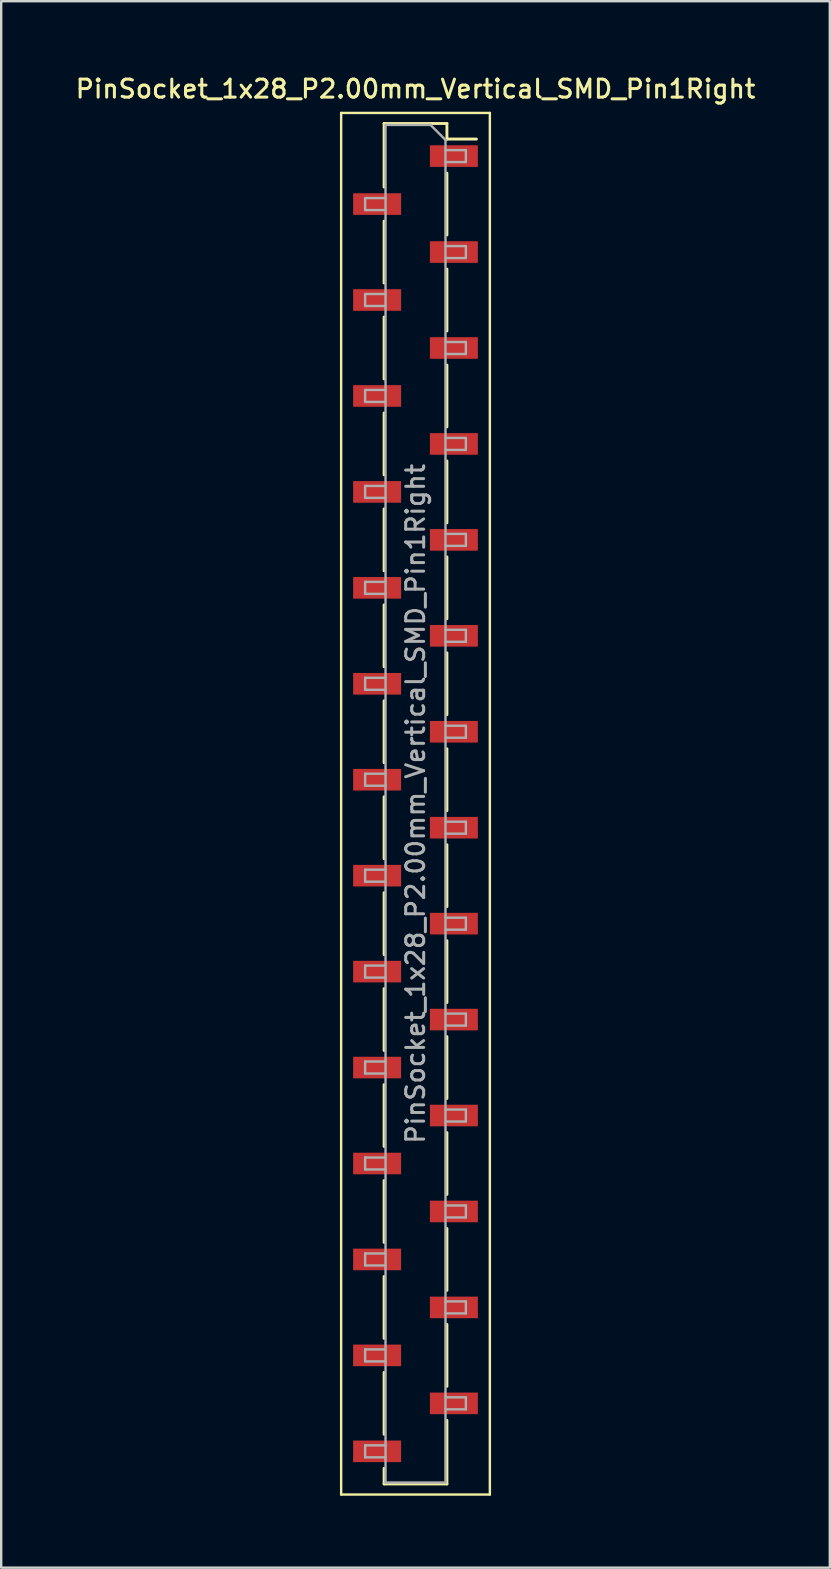
<source format=kicad_pcb>
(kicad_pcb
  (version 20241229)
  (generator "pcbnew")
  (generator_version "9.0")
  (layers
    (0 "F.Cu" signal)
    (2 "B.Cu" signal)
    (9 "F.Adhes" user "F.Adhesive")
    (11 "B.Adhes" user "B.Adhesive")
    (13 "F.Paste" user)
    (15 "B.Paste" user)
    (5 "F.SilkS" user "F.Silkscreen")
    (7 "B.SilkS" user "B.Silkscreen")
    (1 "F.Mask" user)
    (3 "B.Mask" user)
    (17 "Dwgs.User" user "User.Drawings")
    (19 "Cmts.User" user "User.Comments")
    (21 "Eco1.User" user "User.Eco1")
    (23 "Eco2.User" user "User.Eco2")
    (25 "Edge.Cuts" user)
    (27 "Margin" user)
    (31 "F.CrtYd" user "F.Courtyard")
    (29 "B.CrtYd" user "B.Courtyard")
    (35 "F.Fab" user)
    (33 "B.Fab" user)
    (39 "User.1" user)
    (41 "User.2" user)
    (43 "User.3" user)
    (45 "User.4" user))
  (footprint "PinSocket_1x28_P2.00mm_Vertical_SMD_Pin1Right"
    (layer "F.Cu")
    (at 14.273 30.458)
    (property "Reference" "PinSocket_1x28_P2.00mm_Vertical_SMD_Pin1Right" (at 0 -29.8 0) (layer "F.SilkS") (effects (font (size 0.75 0.75) (thickness 0.125))))
    (attr smd)
    (fp_line (start -3.1 -28.8) (end 3.1 -28.8) (stroke (width 0.1) (type solid)) (layer "F.SilkS"))
    (fp_line (start -3.1 28.8) (end -3.1 -28.8) (stroke (width 0.1) (type solid)) (layer "F.SilkS"))
    (fp_line (start -1.31 -28.36) (end -1.31 -25.71) (stroke (width 0.12) (type solid)) (layer "F.SilkS"))
    (fp_line (start -1.31 -28.36) (end 1.31 -28.36) (stroke (width 0.12) (type solid)) (layer "F.SilkS"))
    (fp_line (start -1.31 -24.29) (end -1.31 -21.71) (stroke (width 0.12) (type solid)) (layer "F.SilkS"))
    (fp_line (start -1.31 -20.29) (end -1.31 -17.71) (stroke (width 0.12) (type solid)) (layer "F.SilkS"))
    (fp_line (start -1.31 -16.29) (end -1.31 -13.71) (stroke (width 0.12) (type solid)) (layer "F.SilkS"))
    (fp_line (start -1.31 -12.29) (end -1.31 -9.71) (stroke (width 0.12) (type solid)) (layer "F.SilkS"))
    (fp_line (start -1.31 -8.29) (end -1.31 -5.71) (stroke (width 0.12) (type solid)) (layer "F.SilkS"))
    (fp_line (start -1.31 -4.29) (end -1.31 -1.71) (stroke (width 0.12) (type solid)) (layer "F.SilkS"))
    (fp_line (start -1.31 -0.29) (end -1.31 2.29) (stroke (width 0.12) (type solid)) (layer "F.SilkS"))
    (fp_line (start -1.31 3.71) (end -1.31 6.29) (stroke (width 0.12) (type solid)) (layer "F.SilkS"))
    (fp_line (start -1.31 7.71) (end -1.31 10.29) (stroke (width 0.12) (type solid)) (layer "F.SilkS"))
    (fp_line (start -1.31 11.71) (end -1.31 14.29) (stroke (width 0.12) (type solid)) (layer "F.SilkS"))
    (fp_line (start -1.31 15.71) (end -1.31 18.29) (stroke (width 0.12) (type solid)) (layer "F.SilkS"))
    (fp_line (start -1.31 19.71) (end -1.31 22.29) (stroke (width 0.12) (type solid)) (layer "F.SilkS"))
    (fp_line (start -1.31 23.71) (end -1.31 26.29) (stroke (width 0.12) (type solid)) (layer "F.SilkS"))
    (fp_line (start -1.31 27.71) (end -1.31 28.36) (stroke (width 0.12) (type solid)) (layer "F.SilkS"))
    (fp_line (start -1.31 28.36) (end 1.31 28.36) (stroke (width 0.12) (type solid)) (layer "F.SilkS"))
    (fp_line (start 1.31 -28.36) (end 1.31 -27.71) (stroke (width 0.12) (type solid)) (layer "F.SilkS"))
    (fp_line (start 1.31 -27.71) (end 2.54 -27.71) (stroke (width 0.12) (type solid)) (layer "F.SilkS"))
    (fp_line (start 1.31 -26.29) (end 1.31 -23.71) (stroke (width 0.12) (type solid)) (layer "F.SilkS"))
    (fp_line (start 1.31 -22.29) (end 1.31 -19.71) (stroke (width 0.12) (type solid)) (layer "F.SilkS"))
    (fp_line (start 1.31 -18.29) (end 1.31 -15.71) (stroke (width 0.12) (type solid)) (layer "F.SilkS"))
    (fp_line (start 1.31 -14.29) (end 1.31 -11.71) (stroke (width 0.12) (type solid)) (layer "F.SilkS"))
    (fp_line (start 1.31 -10.29) (end 1.31 -7.71) (stroke (width 0.12) (type solid)) (layer "F.SilkS"))
    (fp_line (start 1.31 -6.29) (end 1.31 -3.71) (stroke (width 0.12) (type solid)) (layer "F.SilkS"))
    (fp_line (start 1.31 -2.29) (end 1.31 0.29) (stroke (width 0.12) (type solid)) (layer "F.SilkS"))
    (fp_line (start 1.31 1.71) (end 1.31 4.29) (stroke (width 0.12) (type solid)) (layer "F.SilkS"))
    (fp_line (start 1.31 5.71) (end 1.31 8.29) (stroke (width 0.12) (type solid)) (layer "F.SilkS"))
    (fp_line (start 1.31 9.71) (end 1.31 12.29) (stroke (width 0.12) (type solid)) (layer "F.SilkS"))
    (fp_line (start 1.31 13.71) (end 1.31 16.29) (stroke (width 0.12) (type solid)) (layer "F.SilkS"))
    (fp_line (start 1.31 17.71) (end 1.31 20.29) (stroke (width 0.12) (type solid)) (layer "F.SilkS"))
    (fp_line (start 1.31 21.71) (end 1.31 24.29) (stroke (width 0.12) (type solid)) (layer "F.SilkS"))
    (fp_line (start 1.31 25.71) (end 1.31 28.36) (stroke (width 0.12) (type solid)) (layer "F.SilkS"))
    (fp_line (start 3.1 -28.8) (end 3.1 28.8) (stroke (width 0.1) (type solid)) (layer "F.SilkS"))
    (fp_line (start 3.1 28.8) (end -3.1 28.8) (stroke (width 0.1) (type solid)) (layer "F.SilkS"))
    (fp_line (start -2.1 -25.25) (end -1.25 -25.25) (stroke (width 0.1) (type solid)) (layer "F.Fab"))
    (fp_line (start -2.1 -24.75) (end -2.1 -25.25) (stroke (width 0.1) (type solid)) (layer "F.Fab"))
    (fp_line (start -2.1 -21.25) (end -1.25 -21.25) (stroke (width 0.1) (type solid)) (layer "F.Fab"))
    (fp_line (start -2.1 -20.75) (end -2.1 -21.25) (stroke (width 0.1) (type solid)) (layer "F.Fab"))
    (fp_line (start -2.1 -17.25) (end -1.25 -17.25) (stroke (width 0.1) (type solid)) (layer "F.Fab"))
    (fp_line (start -2.1 -16.75) (end -2.1 -17.25) (stroke (width 0.1) (type solid)) (layer "F.Fab"))
    (fp_line (start -2.1 -13.25) (end -1.25 -13.25) (stroke (width 0.1) (type solid)) (layer "F.Fab"))
    (fp_line (start -2.1 -12.75) (end -2.1 -13.25) (stroke (width 0.1) (type solid)) (layer "F.Fab"))
    (fp_line (start -2.1 -9.25) (end -1.25 -9.25) (stroke (width 0.1) (type solid)) (layer "F.Fab"))
    (fp_line (start -2.1 -8.75) (end -2.1 -9.25) (stroke (width 0.1) (type solid)) (layer "F.Fab"))
    (fp_line (start -2.1 -5.25) (end -1.25 -5.25) (stroke (width 0.1) (type solid)) (layer "F.Fab"))
    (fp_line (start -2.1 -4.75) (end -2.1 -5.25) (stroke (width 0.1) (type solid)) (layer "F.Fab"))
    (fp_line (start -2.1 -1.25) (end -1.25 -1.25) (stroke (width 0.1) (type solid)) (layer "F.Fab"))
    (fp_line (start -2.1 -0.75) (end -2.1 -1.25) (stroke (width 0.1) (type solid)) (layer "F.Fab"))
    (fp_line (start -2.1 2.75) (end -1.25 2.75) (stroke (width 0.1) (type solid)) (layer "F.Fab"))
    (fp_line (start -2.1 3.25) (end -2.1 2.75) (stroke (width 0.1) (type solid)) (layer "F.Fab"))
    (fp_line (start -2.1 6.75) (end -1.25 6.75) (stroke (width 0.1) (type solid)) (layer "F.Fab"))
    (fp_line (start -2.1 7.25) (end -2.1 6.75) (stroke (width 0.1) (type solid)) (layer "F.Fab"))
    (fp_line (start -2.1 10.75) (end -1.25 10.75) (stroke (width 0.1) (type solid)) (layer "F.Fab"))
    (fp_line (start -2.1 11.25) (end -2.1 10.75) (stroke (width 0.1) (type solid)) (layer "F.Fab"))
    (fp_line (start -2.1 14.75) (end -1.25 14.75) (stroke (width 0.1) (type solid)) (layer "F.Fab"))
    (fp_line (start -2.1 15.25) (end -2.1 14.75) (stroke (width 0.1) (type solid)) (layer "F.Fab"))
    (fp_line (start -2.1 18.75) (end -1.25 18.75) (stroke (width 0.1) (type solid)) (layer "F.Fab"))
    (fp_line (start -2.1 19.25) (end -2.1 18.75) (stroke (width 0.1) (type solid)) (layer "F.Fab"))
    (fp_line (start -2.1 22.75) (end -1.25 22.75) (stroke (width 0.1) (type solid)) (layer "F.Fab"))
    (fp_line (start -2.1 23.25) (end -2.1 22.75) (stroke (width 0.1) (type solid)) (layer "F.Fab"))
    (fp_line (start -2.1 26.75) (end -1.25 26.75) (stroke (width 0.1) (type solid)) (layer "F.Fab"))
    (fp_line (start -2.1 27.25) (end -2.1 26.75) (stroke (width 0.1) (type solid)) (layer "F.Fab"))
    (fp_line (start -1.25 -28.3) (end 0.625 -28.3) (stroke (width 0.1) (type solid)) (layer "F.Fab"))
    (fp_line (start -1.25 -24.75) (end -2.1 -24.75) (stroke (width 0.1) (type solid)) (layer "F.Fab"))
    (fp_line (start -1.25 -20.75) (end -2.1 -20.75) (stroke (width 0.1) (type solid)) (layer "F.Fab"))
    (fp_line (start -1.25 -16.75) (end -2.1 -16.75) (stroke (width 0.1) (type solid)) (layer "F.Fab"))
    (fp_line (start -1.25 -12.75) (end -2.1 -12.75) (stroke (width 0.1) (type solid)) (layer "F.Fab"))
    (fp_line (start -1.25 -8.75) (end -2.1 -8.75) (stroke (width 0.1) (type solid)) (layer "F.Fab"))
    (fp_line (start -1.25 -4.75) (end -2.1 -4.75) (stroke (width 0.1) (type solid)) (layer "F.Fab"))
    (fp_line (start -1.25 -0.75) (end -2.1 -0.75) (stroke (width 0.1) (type solid)) (layer "F.Fab"))
    (fp_line (start -1.25 3.25) (end -2.1 3.25) (stroke (width 0.1) (type solid)) (layer "F.Fab"))
    (fp_line (start -1.25 7.25) (end -2.1 7.25) (stroke (width 0.1) (type solid)) (layer "F.Fab"))
    (fp_line (start -1.25 11.25) (end -2.1 11.25) (stroke (width 0.1) (type solid)) (layer "F.Fab"))
    (fp_line (start -1.25 15.25) (end -2.1 15.25) (stroke (width 0.1) (type solid)) (layer "F.Fab"))
    (fp_line (start -1.25 19.25) (end -2.1 19.25) (stroke (width 0.1) (type solid)) (layer "F.Fab"))
    (fp_line (start -1.25 23.25) (end -2.1 23.25) (stroke (width 0.1) (type solid)) (layer "F.Fab"))
    (fp_line (start -1.25 27.25) (end -2.1 27.25) (stroke (width 0.1) (type solid)) (layer "F.Fab"))
    (fp_line (start -1.25 28.3) (end -1.25 -28.3) (stroke (width 0.1) (type solid)) (layer "F.Fab"))
    (fp_line (start 0.625 -28.3) (end 1.25 -27.675) (stroke (width 0.1) (type solid)) (layer "F.Fab"))
    (fp_line (start 1.25 -27.675) (end 1.25 28.3) (stroke (width 0.1) (type solid)) (layer "F.Fab"))
    (fp_line (start 1.25 -27.25) (end 2.1 -27.25) (stroke (width 0.1) (type solid)) (layer "F.Fab"))
    (fp_line (start 1.25 -23.25) (end 2.1 -23.25) (stroke (width 0.1) (type solid)) (layer "F.Fab"))
    (fp_line (start 1.25 -19.25) (end 2.1 -19.25) (stroke (width 0.1) (type solid)) (layer "F.Fab"))
    (fp_line (start 1.25 -15.25) (end 2.1 -15.25) (stroke (width 0.1) (type solid)) (layer "F.Fab"))
    (fp_line (start 1.25 -11.25) (end 2.1 -11.25) (stroke (width 0.1) (type solid)) (layer "F.Fab"))
    (fp_line (start 1.25 -7.25) (end 2.1 -7.25) (stroke (width 0.1) (type solid)) (layer "F.Fab"))
    (fp_line (start 1.25 -3.25) (end 2.1 -3.25) (stroke (width 0.1) (type solid)) (layer "F.Fab"))
    (fp_line (start 1.25 0.75) (end 2.1 0.75) (stroke (width 0.1) (type solid)) (layer "F.Fab"))
    (fp_line (start 1.25 4.75) (end 2.1 4.75) (stroke (width 0.1) (type solid)) (layer "F.Fab"))
    (fp_line (start 1.25 8.75) (end 2.1 8.75) (stroke (width 0.1) (type solid)) (layer "F.Fab"))
    (fp_line (start 1.25 12.75) (end 2.1 12.75) (stroke (width 0.1) (type solid)) (layer "F.Fab"))
    (fp_line (start 1.25 16.75) (end 2.1 16.75) (stroke (width 0.1) (type solid)) (layer "F.Fab"))
    (fp_line (start 1.25 20.75) (end 2.1 20.75) (stroke (width 0.1) (type solid)) (layer "F.Fab"))
    (fp_line (start 1.25 24.75) (end 2.1 24.75) (stroke (width 0.1) (type solid)) (layer "F.Fab"))
    (fp_line (start 1.25 28.3) (end -1.25 28.3) (stroke (width 0.1) (type solid)) (layer "F.Fab"))
    (fp_line (start 2.1 -27.25) (end 2.1 -26.75) (stroke (width 0.1) (type solid)) (layer "F.Fab"))
    (fp_line (start 2.1 -26.75) (end 1.25 -26.75) (stroke (width 0.1) (type solid)) (layer "F.Fab"))
    (fp_line (start 2.1 -23.25) (end 2.1 -22.75) (stroke (width 0.1) (type solid)) (layer "F.Fab"))
    (fp_line (start 2.1 -22.75) (end 1.25 -22.75) (stroke (width 0.1) (type solid)) (layer "F.Fab"))
    (fp_line (start 2.1 -19.25) (end 2.1 -18.75) (stroke (width 0.1) (type solid)) (layer "F.Fab"))
    (fp_line (start 2.1 -18.75) (end 1.25 -18.75) (stroke (width 0.1) (type solid)) (layer "F.Fab"))
    (fp_line (start 2.1 -15.25) (end 2.1 -14.75) (stroke (width 0.1) (type solid)) (layer "F.Fab"))
    (fp_line (start 2.1 -14.75) (end 1.25 -14.75) (stroke (width 0.1) (type solid)) (layer "F.Fab"))
    (fp_line (start 2.1 -11.25) (end 2.1 -10.75) (stroke (width 0.1) (type solid)) (layer "F.Fab"))
    (fp_line (start 2.1 -10.75) (end 1.25 -10.75) (stroke (width 0.1) (type solid)) (layer "F.Fab"))
    (fp_line (start 2.1 -7.25) (end 2.1 -6.75) (stroke (width 0.1) (type solid)) (layer "F.Fab"))
    (fp_line (start 2.1 -6.75) (end 1.25 -6.75) (stroke (width 0.1) (type solid)) (layer "F.Fab"))
    (fp_line (start 2.1 -3.25) (end 2.1 -2.75) (stroke (width 0.1) (type solid)) (layer "F.Fab"))
    (fp_line (start 2.1 -2.75) (end 1.25 -2.75) (stroke (width 0.1) (type solid)) (layer "F.Fab"))
    (fp_line (start 2.1 0.75) (end 2.1 1.25) (stroke (width 0.1) (type solid)) (layer "F.Fab"))
    (fp_line (start 2.1 1.25) (end 1.25 1.25) (stroke (width 0.1) (type solid)) (layer "F.Fab"))
    (fp_line (start 2.1 4.75) (end 2.1 5.25) (stroke (width 0.1) (type solid)) (layer "F.Fab"))
    (fp_line (start 2.1 5.25) (end 1.25 5.25) (stroke (width 0.1) (type solid)) (layer "F.Fab"))
    (fp_line (start 2.1 8.75) (end 2.1 9.25) (stroke (width 0.1) (type solid)) (layer "F.Fab"))
    (fp_line (start 2.1 9.25) (end 1.25 9.25) (stroke (width 0.1) (type solid)) (layer "F.Fab"))
    (fp_line (start 2.1 12.75) (end 2.1 13.25) (stroke (width 0.1) (type solid)) (layer "F.Fab"))
    (fp_line (start 2.1 13.25) (end 1.25 13.25) (stroke (width 0.1) (type solid)) (layer "F.Fab"))
    (fp_line (start 2.1 16.75) (end 2.1 17.25) (stroke (width 0.1) (type solid)) (layer "F.Fab"))
    (fp_line (start 2.1 17.25) (end 1.25 17.25) (stroke (width 0.1) (type solid)) (layer "F.Fab"))
    (fp_line (start 2.1 20.75) (end 2.1 21.25) (stroke (width 0.1) (type solid)) (layer "F.Fab"))
    (fp_line (start 2.1 21.25) (end 1.25 21.25) (stroke (width 0.1) (type solid)) (layer "F.Fab"))
    (fp_line (start 2.1 24.75) (end 2.1 25.25) (stroke (width 0.1) (type solid)) (layer "F.Fab"))
    (fp_line (start 2.1 25.25) (end 1.25 25.25) (stroke (width 0.1) (type solid)) (layer "F.Fab"))
    (fp_text user "${REFERENCE}" (at 0 0 90) (layer "F.Fab") (effects (font (size 0.75 0.75) (thickness 0.125))))
    (pad "1" smd rect (at 1.6 -27) (size 2 0.9) (layers "F.Cu" "F.Mask" "F.Paste"))
    (pad "2" smd rect (at -1.6 -25) (size 2 0.9) (layers "F.Cu" "F.Mask" "F.Paste"))
    (pad "3" smd rect (at 1.6 -23) (size 2 0.9) (layers "F.Cu" "F.Mask" "F.Paste"))
    (pad "4" smd rect (at -1.6 -21) (size 2 0.9) (layers "F.Cu" "F.Mask" "F.Paste"))
    (pad "5" smd rect (at 1.6 -19) (size 2 0.9) (layers "F.Cu" "F.Mask" "F.Paste"))
    (pad "6" smd rect (at -1.6 -17) (size 2 0.9) (layers "F.Cu" "F.Mask" "F.Paste"))
    (pad "7" smd rect (at 1.6 -15) (size 2 0.9) (layers "F.Cu" "F.Mask" "F.Paste"))
    (pad "8" smd rect (at -1.6 -13) (size 2 0.9) (layers "F.Cu" "F.Mask" "F.Paste"))
    (pad "9" smd rect (at 1.6 -11) (size 2 0.9) (layers "F.Cu" "F.Mask" "F.Paste"))
    (pad "10" smd rect (at -1.6 -9) (size 2 0.9) (layers "F.Cu" "F.Mask" "F.Paste"))
    (pad "11" smd rect (at 1.6 -7) (size 2 0.9) (layers "F.Cu" "F.Mask" "F.Paste"))
    (pad "12" smd rect (at -1.6 -5) (size 2 0.9) (layers "F.Cu" "F.Mask" "F.Paste"))
    (pad "13" smd rect (at 1.6 -3) (size 2 0.9) (layers "F.Cu" "F.Mask" "F.Paste"))
    (pad "14" smd rect (at -1.6 -1) (size 2 0.9) (layers "F.Cu" "F.Mask" "F.Paste"))
    (pad "15" smd rect (at 1.6 1) (size 2 0.9) (layers "F.Cu" "F.Mask" "F.Paste"))
    (pad "16" smd rect (at -1.6 3) (size 2 0.9) (layers "F.Cu" "F.Mask" "F.Paste"))
    (pad "17" smd rect (at 1.6 5) (size 2 0.9) (layers "F.Cu" "F.Mask" "F.Paste"))
    (pad "18" smd rect (at -1.6 7) (size 2 0.9) (layers "F.Cu" "F.Mask" "F.Paste"))
    (pad "19" smd rect (at 1.6 9) (size 2 0.9) (layers "F.Cu" "F.Mask" "F.Paste"))
    (pad "20" smd rect (at -1.6 11) (size 2 0.9) (layers "F.Cu" "F.Mask" "F.Paste"))
    (pad "21" smd rect (at 1.6 13) (size 2 0.9) (layers "F.Cu" "F.Mask" "F.Paste"))
    (pad "22" smd rect (at -1.6 15) (size 2 0.9) (layers "F.Cu" "F.Mask" "F.Paste"))
    (pad "23" smd rect (at 1.6 17) (size 2 0.9) (layers "F.Cu" "F.Mask" "F.Paste"))
    (pad "24" smd rect (at -1.6 19) (size 2 0.9) (layers "F.Cu" "F.Mask" "F.Paste"))
    (pad "25" smd rect (at 1.6 21) (size 2 0.9) (layers "F.Cu" "F.Mask" "F.Paste"))
    (pad "26" smd rect (at -1.6 23) (size 2 0.9) (layers "F.Cu" "F.Mask" "F.Paste"))
    (pad "27" smd rect (at 1.6 25) (size 2 0.9) (layers "F.Cu" "F.Mask" "F.Paste"))
    (pad "28" smd rect (at -1.6 27) (size 2 0.9) (layers "F.Cu" "F.Mask" "F.Paste")))
  (gr_rect
    (start -3 -3)
    (end 31.546 62.308)
    (stroke (width 0.1) (type default))
    (fill no)
    (layer "Edge.Cuts")))
</source>
